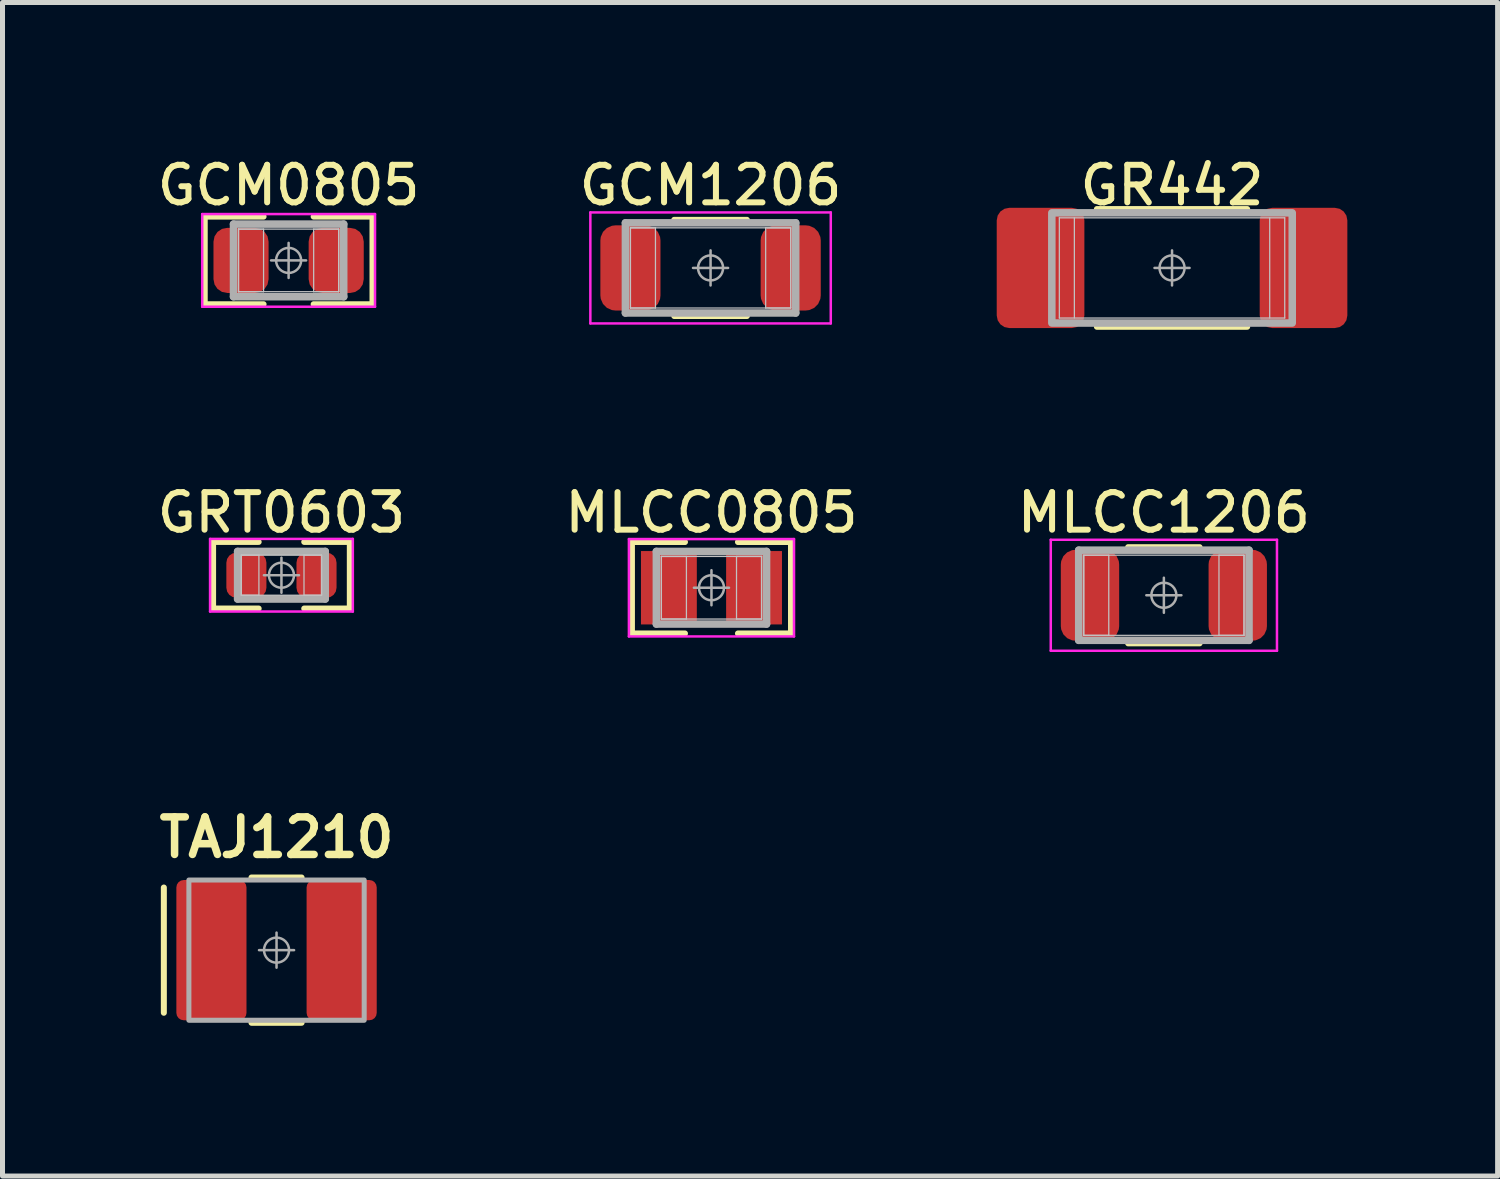
<source format=kicad_pcb>
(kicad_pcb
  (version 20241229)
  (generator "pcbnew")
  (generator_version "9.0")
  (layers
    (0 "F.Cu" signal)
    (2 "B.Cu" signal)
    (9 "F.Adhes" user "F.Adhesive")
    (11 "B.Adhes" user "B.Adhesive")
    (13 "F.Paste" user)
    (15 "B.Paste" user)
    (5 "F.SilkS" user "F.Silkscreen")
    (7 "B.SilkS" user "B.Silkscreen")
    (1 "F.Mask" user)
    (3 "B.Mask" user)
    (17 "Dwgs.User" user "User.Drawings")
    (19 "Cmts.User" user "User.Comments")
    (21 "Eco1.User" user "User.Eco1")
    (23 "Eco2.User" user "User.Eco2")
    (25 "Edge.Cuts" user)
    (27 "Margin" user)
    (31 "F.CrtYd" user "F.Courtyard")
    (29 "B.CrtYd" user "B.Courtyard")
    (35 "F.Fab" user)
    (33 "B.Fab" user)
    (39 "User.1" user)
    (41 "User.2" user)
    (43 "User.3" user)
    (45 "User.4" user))
  (footprint "GRT0603"
    (layer "F.Cu")
    (at 2.569 8.434)
    (property "Reference" "GRT0603" (at 0 -1.25 0) (layer "F.SilkS") (effects (font (size 0.75 0.75) (thickness 0.12))))
    (attr smd)
    (fp_line (start -1.365 -0.665) (end -0.455 -0.665) (stroke (width 0.12) (type solid)) (layer "F.SilkS"))
    (fp_line (start -1.365 0.665) (end -1.365 -0.665) (stroke (width 0.12) (type solid)) (layer "F.SilkS"))
    (fp_line (start -0.455 0.665) (end -1.365 0.665) (stroke (width 0.12) (type solid)) (layer "F.SilkS"))
    (fp_line (start 0.455 0.665) (end 1.365 0.665) (stroke (width 0.12) (type solid)) (layer "F.SilkS"))
    (fp_line (start 1.365 -0.665) (end 0.455 -0.665) (stroke (width 0.12) (type solid)) (layer "F.SilkS"))
    (fp_line (start 1.365 0.665) (end 1.365 -0.665) (stroke (width 0.12) (type solid)) (layer "F.SilkS"))
    (fp_line (start -0.8 -0.4) (end -0.45 -0.4) (stroke (width 0.025) (type solid)) (layer "Dwgs.User"))
    (fp_line (start -0.8 -0.4) (end 0.8 -0.4) (stroke (width 0.025) (type solid)) (layer "Dwgs.User"))
    (fp_line (start -0.8 0.4) (end -0.8 -0.4) (stroke (width 0.025) (type solid)) (layer "Dwgs.User"))
    (fp_line (start -0.8 0.4) (end -0.8 -0.4) (stroke (width 0.025) (type solid)) (layer "Dwgs.User"))
    (fp_line (start -0.45 -0.4) (end -0.45 0.4) (stroke (width 0.025) (type solid)) (layer "Dwgs.User"))
    (fp_line (start -0.45 0.4) (end -0.8 0.4) (stroke (width 0.025) (type solid)) (layer "Dwgs.User"))
    (fp_line (start 0.45 -0.4) (end 0.8 -0.4) (stroke (width 0.025) (type solid)) (layer "Dwgs.User"))
    (fp_line (start 0.45 0.4) (end 0.45 -0.4) (stroke (width 0.025) (type solid)) (layer "Dwgs.User"))
    (fp_line (start 0.8 -0.4) (end 0.8 0.4) (stroke (width 0.025) (type solid)) (layer "Dwgs.User"))
    (fp_line (start 0.8 -0.4) (end 0.8 0.4) (stroke (width 0.025) (type solid)) (layer "Dwgs.User"))
    (fp_line (start 0.8 0.4) (end -0.8 0.4) (stroke (width 0.025) (type solid)) (layer "Dwgs.User"))
    (fp_line (start 0.8 0.4) (end 0.45 0.4) (stroke (width 0.025) (type solid)) (layer "Dwgs.User"))
    (fp_line (start -1.425 -0.725) (end 1.425 -0.725) (stroke (width 0.05) (type solid)) (layer "F.CrtYd"))
    (fp_line (start -1.425 0.725) (end -1.425 -0.725) (stroke (width 0.05) (type solid)) (layer "F.CrtYd"))
    (fp_line (start 1.425 -0.725) (end 1.425 0.725) (stroke (width 0.05) (type solid)) (layer "F.CrtYd"))
    (fp_line (start 1.425 0.725) (end -1.425 0.725) (stroke (width 0.05) (type solid)) (layer "F.CrtYd"))
    (fp_line (start -0.875 -0.475) (end 0.875 -0.475) (stroke (width 0.15) (type solid)) (layer "F.Fab"))
    (fp_line (start -0.875 0.475) (end -0.875 -0.475) (stroke (width 0.15) (type solid)) (layer "F.Fab"))
    (fp_line (start 0 -0.35) (end 0 0.35) (stroke (width 0.05) (type solid)) (layer "F.Fab"))
    (fp_line (start 0.35 0) (end -0.35 0) (stroke (width 0.05) (type solid)) (layer "F.Fab"))
    (fp_line (start 0.875 -0.475) (end 0.875 0.475) (stroke (width 0.15) (type solid)) (layer "F.Fab"))
    (fp_line (start 0.875 0.475) (end -0.875 0.475) (stroke (width 0.15) (type solid)) (layer "F.Fab"))
    (fp_circle (center 0 0) (end 0.25 0) (stroke (width 0.05) (type solid)) (fill no) (layer "F.Fab"))
    (pad "1" smd roundrect (at -0.7 0) (size 0.8 0.9) (layers "F.Cu" "F.Mask" "F.Paste") (roundrect_rratio 0.25))
    (pad "2" smd roundrect (at 0.7 0) (size 0.8 0.9) (layers "F.Cu" "F.Mask" "F.Paste") (roundrect_rratio 0.25)))
  (footprint "TAJ1210"
    (layer "F.Cu")
    (at 2.471 15.919)
    (property "Reference" "TAJ1210" (at 0 -2.25 0) (unlocked yes) (layer "F.SilkS") (effects (font (size 0.75 0.75) (thickness 0.15))))
    (attr smd)
    (fp_line (start -2.25 1.25) (end -2.25 -1.25) (stroke (width 0.12) (type solid)) (layer "F.SilkS"))
    (fp_line (start -0.5 -1.45) (end 0.5 -1.45) (stroke (width 0.12) (type solid)) (layer "F.SilkS"))
    (fp_line (start -0.5 1.45) (end 0.5 1.45) (stroke (width 0.12) (type solid)) (layer "F.SilkS"))
    (fp_line (start 0 -0.35) (end 0 0.35) (stroke (width 0.05) (type solid)) (layer "F.Fab"))
    (fp_line (start 0.35 0) (end -0.35 0) (stroke (width 0.05) (type solid)) (layer "F.Fab"))
    (fp_rect (start -1.75 -1.4) (end 1.75 1.4) (stroke (width 0.1) (type solid)) (fill no) (layer "F.Fab"))
    (fp_circle (center 0 0) (end 0.25 0) (stroke (width 0.05) (type solid)) (fill no) (layer "F.Fab"))
    (pad "1" smd roundrect (at -1.3 0) (size 1.4 2.8) (layers "F.Cu" "F.Mask" "F.Paste") (roundrect_rratio 0.105))
    (pad "2" smd roundrect (at 1.3 0) (size 1.4 2.8) (layers "F.Cu" "F.Mask" "F.Paste") (roundrect_rratio 0.105)))
  (footprint "GR442"
    (layer "F.Cu")
    (at 20.349 2.299)
    (property "Reference" "GR442" (at 0 -1.65 0) (layer "F.SilkS") (effects (font (size 0.75 0.75) (thickness 0.12))))
    (attr smd)
    (fp_line (start -1.5 -1.175) (end 1.5 -1.175) (stroke (width 0.12) (type solid)) (layer "F.SilkS"))
    (fp_line (start -1.5 1.175) (end 1.5 1.175) (stroke (width 0.12) (type solid)) (layer "F.SilkS"))
    (fp_line (start -2.25 -1) (end 2.25 -1) (stroke (width 0.025) (type solid)) (layer "Dwgs.User"))
    (fp_line (start -2.25 1) (end -2.25 -1) (stroke (width 0.025) (type solid)) (layer "Dwgs.User"))
    (fp_line (start -1.95 -1) (end -1.95 1) (stroke (width 0.025) (type solid)) (layer "Dwgs.User"))
    (fp_line (start 1.95 1) (end 1.95 -1) (stroke (width 0.025) (type solid)) (layer "Dwgs.User"))
    (fp_line (start 2.25 -1) (end 2.25 1) (stroke (width 0.025) (type solid)) (layer "Dwgs.User"))
    (fp_line (start 2.25 1) (end -2.25 1) (stroke (width 0.025) (type solid)) (layer "Dwgs.User"))
    (fp_line (start 0 -0.35) (end 0 0.35) (stroke (width 0.05) (type solid)) (layer "F.Fab"))
    (fp_line (start 0.35 0) (end -0.35 0) (stroke (width 0.05) (type solid)) (layer "F.Fab"))
    (fp_rect (start -2.4 -1.1) (end 2.4 1.1) (stroke (width 0.15) (type solid)) (fill no) (layer "F.Fab"))
    (fp_circle (center 0 0) (end 0.25 0) (stroke (width 0.05) (type solid)) (fill no) (layer "F.Fab"))
    (pad "1" smd roundrect (at -2.625 0) (size 1.75 2.4) (layers "F.Cu" "F.Mask" "F.Paste") (roundrect_rratio 0.143))
    (pad "2" smd roundrect (at 2.625 0) (size 1.75 2.4) (layers "F.Cu" "F.Mask" "F.Paste") (roundrect_rratio 0.143)))
  (footprint "MLCC1206"
    (layer "F.Cu")
    (at 20.186 8.834)
    (property "Reference" "MLCC1206" (at 0 -1.65 0) (layer "F.SilkS") (effects (font (size 0.75 0.75) (thickness 0.12))))
    (attr smd)
    (fp_line (start -0.713 -0.96) (end 0.713 -0.96) (stroke (width 0.12) (type solid)) (layer "F.SilkS"))
    (fp_line (start -0.713 0.96) (end 0.713 0.96) (stroke (width 0.12) (type solid)) (layer "F.SilkS"))
    (fp_line (start -1.6 -0.8) (end -1.1 -0.8) (stroke (width 0.025) (type solid)) (layer "Dwgs.User"))
    (fp_line (start -1.6 -0.8) (end 1.6 -0.8) (stroke (width 0.025) (type solid)) (layer "Dwgs.User"))
    (fp_line (start -1.6 0.8) (end -1.6 -0.8) (stroke (width 0.025) (type solid)) (layer "Dwgs.User"))
    (fp_line (start -1.6 0.8) (end -1.6 -0.8) (stroke (width 0.025) (type solid)) (layer "Dwgs.User"))
    (fp_line (start -1.1 -0.8) (end -1.1 0.8) (stroke (width 0.025) (type solid)) (layer "Dwgs.User"))
    (fp_line (start -1.1 0.8) (end -1.6 0.8) (stroke (width 0.025) (type solid)) (layer "Dwgs.User"))
    (fp_line (start 1.1 -0.8) (end 1.6 -0.8) (stroke (width 0.025) (type solid)) (layer "Dwgs.User"))
    (fp_line (start 1.1 0.8) (end 1.1 -0.8) (stroke (width 0.025) (type solid)) (layer "Dwgs.User"))
    (fp_line (start 1.6 -0.8) (end 1.6 0.8) (stroke (width 0.025) (type solid)) (layer "Dwgs.User"))
    (fp_line (start 1.6 -0.8) (end 1.6 0.8) (stroke (width 0.025) (type solid)) (layer "Dwgs.User"))
    (fp_line (start 1.6 0.8) (end -1.6 0.8) (stroke (width 0.025) (type solid)) (layer "Dwgs.User"))
    (fp_line (start 1.6 0.8) (end 1.1 0.8) (stroke (width 0.025) (type solid)) (layer "Dwgs.User"))
    (fp_line (start -2.258 -1.108) (end 2.258 -1.108) (stroke (width 0.05) (type solid)) (layer "F.CrtYd"))
    (fp_line (start -2.258 1.108) (end -2.258 -1.108) (stroke (width 0.05) (type solid)) (layer "F.CrtYd"))
    (fp_line (start 2.258 -1.108) (end 2.258 1.108) (stroke (width 0.05) (type solid)) (layer "F.CrtYd"))
    (fp_line (start 2.258 1.108) (end -2.258 1.108) (stroke (width 0.05) (type solid)) (layer "F.CrtYd"))
    (fp_line (start -1.7 -0.9) (end 1.7 -0.9) (stroke (width 0.15) (type solid)) (layer "F.Fab"))
    (fp_line (start -1.7 0.9) (end -1.7 -0.9) (stroke (width 0.15) (type solid)) (layer "F.Fab"))
    (fp_line (start 0 -0.35) (end 0 0.35) (stroke (width 0.05) (type solid)) (layer "F.Fab"))
    (fp_line (start 0.35 0) (end -0.35 0) (stroke (width 0.05) (type solid)) (layer "F.Fab"))
    (fp_line (start 1.7 -0.9) (end 1.7 0.9) (stroke (width 0.15) (type solid)) (layer "F.Fab"))
    (fp_line (start 1.7 0.9) (end -1.7 0.9) (stroke (width 0.15) (type solid)) (layer "F.Fab"))
    (fp_circle (center 0 0) (end 0.25 0) (stroke (width 0.05) (type solid)) (fill no) (layer "F.Fab"))
    (pad "1" smd roundrect (at -1.475 0) (size 1.165 1.815) (layers "F.Cu" "F.Mask" "F.Paste") (roundrect_rratio 0.25))
    (pad "2" smd roundrect (at 1.475 0) (size 1.165 1.815) (layers "F.Cu" "F.Mask" "F.Paste") (roundrect_rratio 0.25)))
  (footprint "GCM1206"
    (layer "F.Cu")
    (at 11.136 2.299)
    (property "Reference" "GCM1206" (at 0 -1.65 0) (layer "F.SilkS") (effects (font (size 0.75 0.75) (thickness 0.12))))
    (attr smd)
    (fp_line (start -0.725 -0.96) (end 0.725 -0.96) (stroke (width 0.12) (type solid)) (layer "F.SilkS"))
    (fp_line (start -0.725 0.96) (end 0.725 0.96) (stroke (width 0.12) (type solid)) (layer "F.SilkS"))
    (fp_line (start -1.6 -0.8) (end -1.1 -0.8) (stroke (width 0.025) (type solid)) (layer "Dwgs.User"))
    (fp_line (start -1.6 -0.8) (end 1.6 -0.8) (stroke (width 0.025) (type solid)) (layer "Dwgs.User"))
    (fp_line (start -1.6 0.8) (end -1.6 -0.8) (stroke (width 0.025) (type solid)) (layer "Dwgs.User"))
    (fp_line (start -1.6 0.8) (end -1.6 -0.8) (stroke (width 0.025) (type solid)) (layer "Dwgs.User"))
    (fp_line (start -1.1 -0.8) (end -1.1 0.8) (stroke (width 0.025) (type solid)) (layer "Dwgs.User"))
    (fp_line (start -1.1 0.8) (end -1.6 0.8) (stroke (width 0.025) (type solid)) (layer "Dwgs.User"))
    (fp_line (start 1.1 -0.8) (end 1.6 -0.8) (stroke (width 0.025) (type solid)) (layer "Dwgs.User"))
    (fp_line (start 1.1 0.8) (end 1.1 -0.8) (stroke (width 0.025) (type solid)) (layer "Dwgs.User"))
    (fp_line (start 1.6 -0.8) (end 1.6 0.8) (stroke (width 0.025) (type solid)) (layer "Dwgs.User"))
    (fp_line (start 1.6 -0.8) (end 1.6 0.8) (stroke (width 0.025) (type solid)) (layer "Dwgs.User"))
    (fp_line (start 1.6 0.8) (end -1.6 0.8) (stroke (width 0.025) (type solid)) (layer "Dwgs.User"))
    (fp_line (start 1.6 0.8) (end 1.1 0.8) (stroke (width 0.025) (type solid)) (layer "Dwgs.User"))
    (fp_line (start -2.4 -1.108) (end 2.4 -1.108) (stroke (width 0.05) (type solid)) (layer "F.CrtYd"))
    (fp_line (start -2.4 1.108) (end -2.4 -1.108) (stroke (width 0.05) (type solid)) (layer "F.CrtYd"))
    (fp_line (start 2.4 -1.108) (end 2.4 1.108) (stroke (width 0.05) (type solid)) (layer "F.CrtYd"))
    (fp_line (start 2.4 1.108) (end -2.4 1.108) (stroke (width 0.05) (type solid)) (layer "F.CrtYd"))
    (fp_line (start -1.7 -0.9) (end 1.7 -0.9) (stroke (width 0.15) (type solid)) (layer "F.Fab"))
    (fp_line (start -1.7 0.9) (end -1.7 -0.9) (stroke (width 0.15) (type solid)) (layer "F.Fab"))
    (fp_line (start 0 -0.35) (end 0 0.35) (stroke (width 0.05) (type solid)) (layer "F.Fab"))
    (fp_line (start 0.35 0) (end -0.35 0) (stroke (width 0.05) (type solid)) (layer "F.Fab"))
    (fp_line (start 1.7 -0.9) (end 1.7 0.9) (stroke (width 0.15) (type solid)) (layer "F.Fab"))
    (fp_line (start 1.7 0.9) (end -1.7 0.9) (stroke (width 0.15) (type solid)) (layer "F.Fab"))
    (fp_circle (center 0 0) (end 0.25 0) (stroke (width 0.05) (type solid)) (fill no) (layer "F.Fab"))
    (pad "1" smd roundrect (at -1.6 0) (size 1.2 1.7) (layers "F.Cu" "F.Mask" "F.Paste") (roundrect_rratio 0.25))
    (pad "2" smd roundrect (at 1.6 0) (size 1.2 1.7) (layers "F.Cu" "F.Mask" "F.Paste") (roundrect_rratio 0.25)))
  (footprint "GCM0805"
    (layer "F.Cu")
    (at 2.712 2.149)
    (property "Reference" "GCM0805" (at 0 -1.5 0) (layer "F.SilkS") (effects (font (size 0.75 0.75) (thickness 0.12))))
    (attr smd)
    (fp_line (start -1.675 -0.875) (end -0.5 -0.875) (stroke (width 0.12) (type solid)) (layer "F.SilkS"))
    (fp_line (start -1.675 0.875) (end -1.675 -0.875) (stroke (width 0.12) (type solid)) (layer "F.SilkS"))
    (fp_line (start -0.5 0.875) (end -1.675 0.875) (stroke (width 0.12) (type solid)) (layer "F.SilkS"))
    (fp_line (start 0.5 0.875) (end 1.675 0.875) (stroke (width 0.12) (type solid)) (layer "F.SilkS"))
    (fp_line (start 1.675 -0.875) (end 0.5 -0.875) (stroke (width 0.12) (type solid)) (layer "F.SilkS"))
    (fp_line (start 1.675 0.875) (end 1.675 -0.875) (stroke (width 0.12) (type solid)) (layer "F.SilkS"))
    (fp_line (start -1 -0.625) (end -0.5 -0.625) (stroke (width 0.025) (type solid)) (layer "Dwgs.User"))
    (fp_line (start -1 -0.625) (end 1 -0.625) (stroke (width 0.025) (type solid)) (layer "Dwgs.User"))
    (fp_line (start -1 0.625) (end -1 -0.625) (stroke (width 0.025) (type solid)) (layer "Dwgs.User"))
    (fp_line (start -1 0.625) (end -1 -0.625) (stroke (width 0.025) (type solid)) (layer "Dwgs.User"))
    (fp_line (start -0.5 -0.625) (end -0.5 0.625) (stroke (width 0.025) (type solid)) (layer "Dwgs.User"))
    (fp_line (start -0.5 0.625) (end -1 0.625) (stroke (width 0.025) (type solid)) (layer "Dwgs.User"))
    (fp_line (start 0.5 -0.625) (end 1 -0.625) (stroke (width 0.025) (type solid)) (layer "Dwgs.User"))
    (fp_line (start 0.5 0.625) (end 0.5 -0.625) (stroke (width 0.025) (type solid)) (layer "Dwgs.User"))
    (fp_line (start 1 -0.625) (end 1 0.625) (stroke (width 0.025) (type solid)) (layer "Dwgs.User"))
    (fp_line (start 1 -0.625) (end 1 0.625) (stroke (width 0.025) (type solid)) (layer "Dwgs.User"))
    (fp_line (start 1 0.625) (end -1 0.625) (stroke (width 0.025) (type solid)) (layer "Dwgs.User"))
    (fp_line (start 1 0.625) (end 0.5 0.625) (stroke (width 0.025) (type solid)) (layer "Dwgs.User"))
    (fp_line (start -1.725 -0.925) (end 1.725 -0.925) (stroke (width 0.05) (type solid)) (layer "F.CrtYd"))
    (fp_line (start -1.725 0.925) (end -1.725 -0.925) (stroke (width 0.05) (type solid)) (layer "F.CrtYd"))
    (fp_line (start 1.725 -0.925) (end 1.725 0.925) (stroke (width 0.05) (type solid)) (layer "F.CrtYd"))
    (fp_line (start 1.725 0.925) (end -1.725 0.925) (stroke (width 0.05) (type solid)) (layer "F.CrtYd"))
    (fp_line (start -1.1 -0.725) (end 1.1 -0.725) (stroke (width 0.15) (type solid)) (layer "F.Fab"))
    (fp_line (start -1.1 0.725) (end -1.1 -0.725) (stroke (width 0.15) (type solid)) (layer "F.Fab"))
    (fp_line (start 0 -0.35) (end 0 0.35) (stroke (width 0.05) (type solid)) (layer "F.Fab"))
    (fp_line (start 0.35 0) (end -0.35 0) (stroke (width 0.05) (type solid)) (layer "F.Fab"))
    (fp_line (start 1.1 -0.725) (end 1.1 0.725) (stroke (width 0.15) (type solid)) (layer "F.Fab"))
    (fp_line (start 1.1 0.725) (end -1.1 0.725) (stroke (width 0.15) (type solid)) (layer "F.Fab"))
    (fp_circle (center 0 0) (end 0.25 0) (stroke (width 0.05) (type solid)) (fill no) (layer "F.Fab"))
    (pad "1" smd roundrect (at -0.95 0) (size 1.1 1.3) (layers "F.Cu" "F.Mask" "F.Paste") (roundrect_rratio 0.25))
    (pad "2" smd roundrect (at 0.95 0) (size 1.1 1.3) (layers "F.Cu" "F.Mask" "F.Paste") (roundrect_rratio 0.25)))
  (footprint "MLCC0805"
    (layer "F.Cu")
    (at 11.154 8.684)
    (property "Reference" "MLCC0805" (at 0 -1.5 0) (layer "F.SilkS") (effects (font (size 0.75 0.75) (thickness 0.12))))
    (attr smd)
    (fp_line (start -1.588 -0.913) (end -0.529 -0.913) (stroke (width 0.12) (type solid)) (layer "F.SilkS"))
    (fp_line (start -1.588 0.913) (end -1.588 -0.913) (stroke (width 0.12) (type solid)) (layer "F.SilkS"))
    (fp_line (start -0.529 0.913) (end -1.588 0.913) (stroke (width 0.12) (type solid)) (layer "F.SilkS"))
    (fp_line (start 0.529 0.913) (end 1.588 0.913) (stroke (width 0.12) (type solid)) (layer "F.SilkS"))
    (fp_line (start 1.588 -0.913) (end 0.529 -0.913) (stroke (width 0.12) (type solid)) (layer "F.SilkS"))
    (fp_line (start 1.588 0.913) (end 1.588 -0.913) (stroke (width 0.12) (type solid)) (layer "F.SilkS"))
    (fp_line (start -1 -0.625) (end -0.5 -0.625) (stroke (width 0.025) (type solid)) (layer "Dwgs.User"))
    (fp_line (start -1 -0.625) (end 1 -0.625) (stroke (width 0.025) (type solid)) (layer "Dwgs.User"))
    (fp_line (start -1 0.625) (end -1 -0.625) (stroke (width 0.025) (type solid)) (layer "Dwgs.User"))
    (fp_line (start -1 0.625) (end -1 -0.625) (stroke (width 0.025) (type solid)) (layer "Dwgs.User"))
    (fp_line (start -0.5 -0.625) (end -0.5 0.625) (stroke (width 0.025) (type solid)) (layer "Dwgs.User"))
    (fp_line (start -0.5 0.625) (end -1 0.625) (stroke (width 0.025) (type solid)) (layer "Dwgs.User"))
    (fp_line (start 0.5 -0.625) (end 1 -0.625) (stroke (width 0.025) (type solid)) (layer "Dwgs.User"))
    (fp_line (start 0.5 0.625) (end 0.5 -0.625) (stroke (width 0.025) (type solid)) (layer "Dwgs.User"))
    (fp_line (start 1 -0.625) (end 1 0.625) (stroke (width 0.025) (type solid)) (layer "Dwgs.User"))
    (fp_line (start 1 -0.625) (end 1 0.625) (stroke (width 0.025) (type solid)) (layer "Dwgs.User"))
    (fp_line (start 1 0.625) (end -1 0.625) (stroke (width 0.025) (type solid)) (layer "Dwgs.User"))
    (fp_line (start 1 0.625) (end 0.5 0.625) (stroke (width 0.025) (type solid)) (layer "Dwgs.User"))
    (fp_line (start -1.648 -0.972) (end 1.648 -0.972) (stroke (width 0.05) (type solid)) (layer "F.CrtYd"))
    (fp_line (start -1.648 0.972) (end -1.648 -0.972) (stroke (width 0.05) (type solid)) (layer "F.CrtYd"))
    (fp_line (start 1.648 -0.972) (end 1.648 0.972) (stroke (width 0.05) (type solid)) (layer "F.CrtYd"))
    (fp_line (start 1.648 0.972) (end -1.648 0.972) (stroke (width 0.05) (type solid)) (layer "F.CrtYd"))
    (fp_line (start -1.1 -0.725) (end 1.1 -0.725) (stroke (width 0.15) (type solid)) (layer "F.Fab"))
    (fp_line (start -1.1 0.725) (end -1.1 -0.725) (stroke (width 0.15) (type solid)) (layer "F.Fab"))
    (fp_line (start 0 -0.35) (end 0 0.35) (stroke (width 0.05) (type solid)) (layer "F.Fab"))
    (fp_line (start 0.35 0) (end -0.35 0) (stroke (width 0.05) (type solid)) (layer "F.Fab"))
    (fp_line (start 1.1 -0.725) (end 1.1 0.725) (stroke (width 0.15) (type solid)) (layer "F.Fab"))
    (fp_line (start 1.1 0.725) (end -1.1 0.725) (stroke (width 0.15) (type solid)) (layer "F.Fab"))
    (fp_circle (center 0 0) (end 0.25 0) (stroke (width 0.05) (type solid)) (fill no) (layer "F.Fab"))
    (pad "1" smd rect (at -0.85 0) (size 1.115 1.465) (layers "F.Cu" "F.Mask" "F.Paste"))
    (pad "2" smd rect (at 0.85 0) (size 1.115 1.465) (layers "F.Cu" "F.Mask" "F.Paste")))
  (gr_rect
    (start -3 -3)
    (end 26.849 20.429)
    (stroke (width 0.1) (type default))
    (fill no)
    (layer "Edge.Cuts")))
</source>
